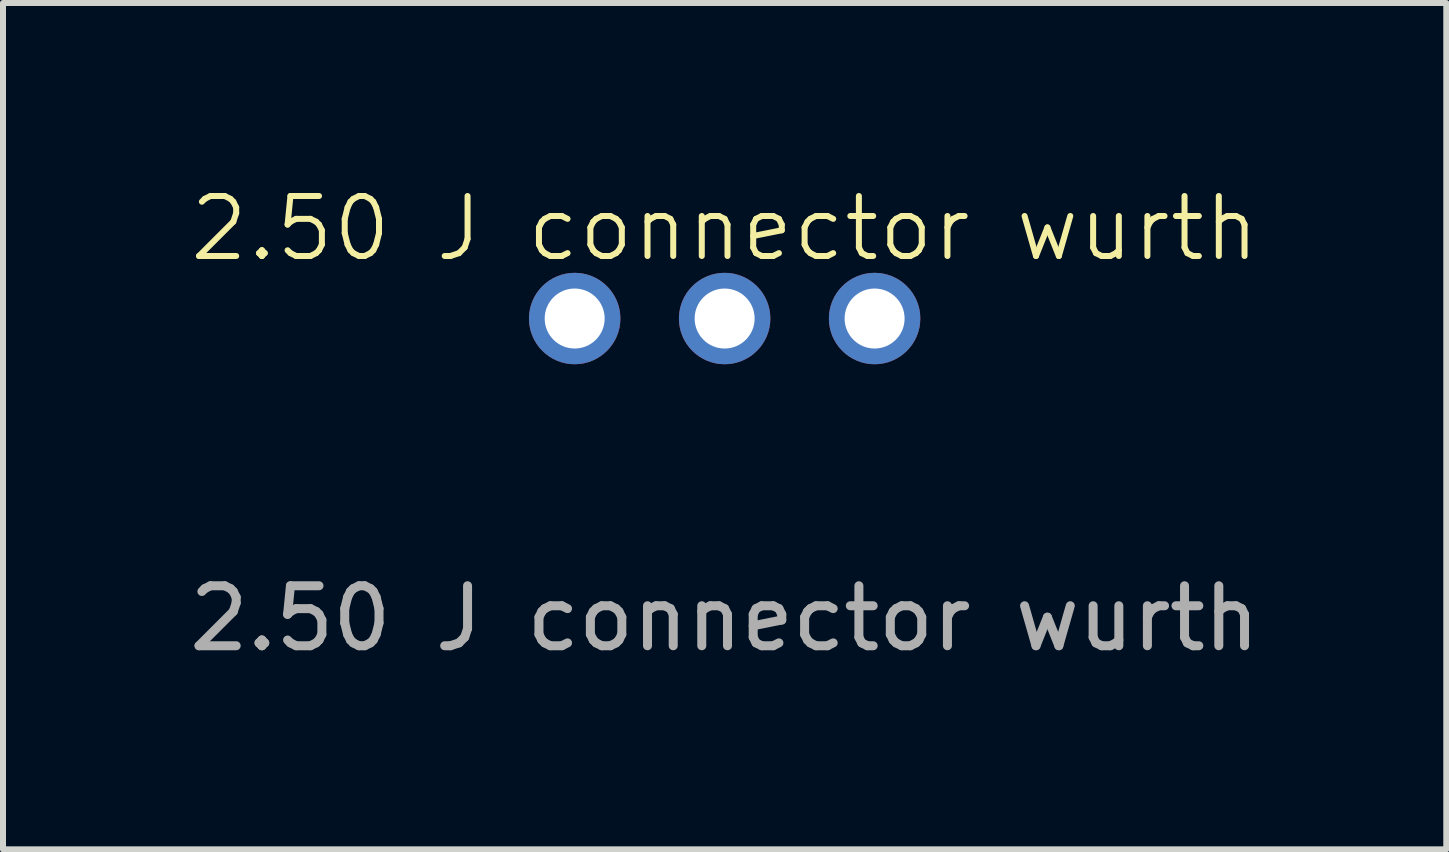
<source format=kicad_pcb>
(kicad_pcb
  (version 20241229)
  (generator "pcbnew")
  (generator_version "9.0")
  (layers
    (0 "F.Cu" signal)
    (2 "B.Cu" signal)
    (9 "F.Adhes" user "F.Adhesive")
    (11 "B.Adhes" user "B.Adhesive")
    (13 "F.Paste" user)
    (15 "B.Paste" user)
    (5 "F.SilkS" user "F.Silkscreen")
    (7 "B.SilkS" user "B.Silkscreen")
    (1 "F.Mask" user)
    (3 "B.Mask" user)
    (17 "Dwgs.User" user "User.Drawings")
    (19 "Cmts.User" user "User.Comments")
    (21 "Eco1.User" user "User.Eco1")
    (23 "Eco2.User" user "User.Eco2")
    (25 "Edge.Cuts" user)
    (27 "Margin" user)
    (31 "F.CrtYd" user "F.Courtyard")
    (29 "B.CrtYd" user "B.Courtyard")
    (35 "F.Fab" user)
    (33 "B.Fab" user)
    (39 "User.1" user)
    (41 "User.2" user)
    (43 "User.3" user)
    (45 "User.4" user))
  (footprint "2.50 J connector wurth"
    (layer "F.Cu")
    (at 9.03 2.26)
    (property "Reference" "2.50 J connector wurth" (at 0 -1.5 0) (unlocked yes) (layer "F.SilkS") (effects (font (size 1 1) (thickness 0.1))))
    (attr through_hole)
    (fp_text user "${REFERENCE}" (at 0 5 0) (unlocked yes) (layer "F.Fab") (effects (font (size 1 1) (thickness 0.15))))
    (pad "1" thru_hole circle (at -2.5 0) (size 1.524 1.524) (drill 1) (layers "*.Cu" "*.Mask"))
    (pad "2" thru_hole circle (at 2.5 0) (size 1.524 1.524) (drill 1) (layers "*.Cu" "*.Mask"))
    (pad "3" thru_hole circle (at 0 0) (size 1.524 1.524) (drill 1) (layers "*.Cu" "*.Mask")))
  (gr_rect
    (start -3 -3)
    (end 21.06 11.109)
    (stroke (width 0.1) (type default))
    (fill no)
    (layer "Edge.Cuts")))
</source>
